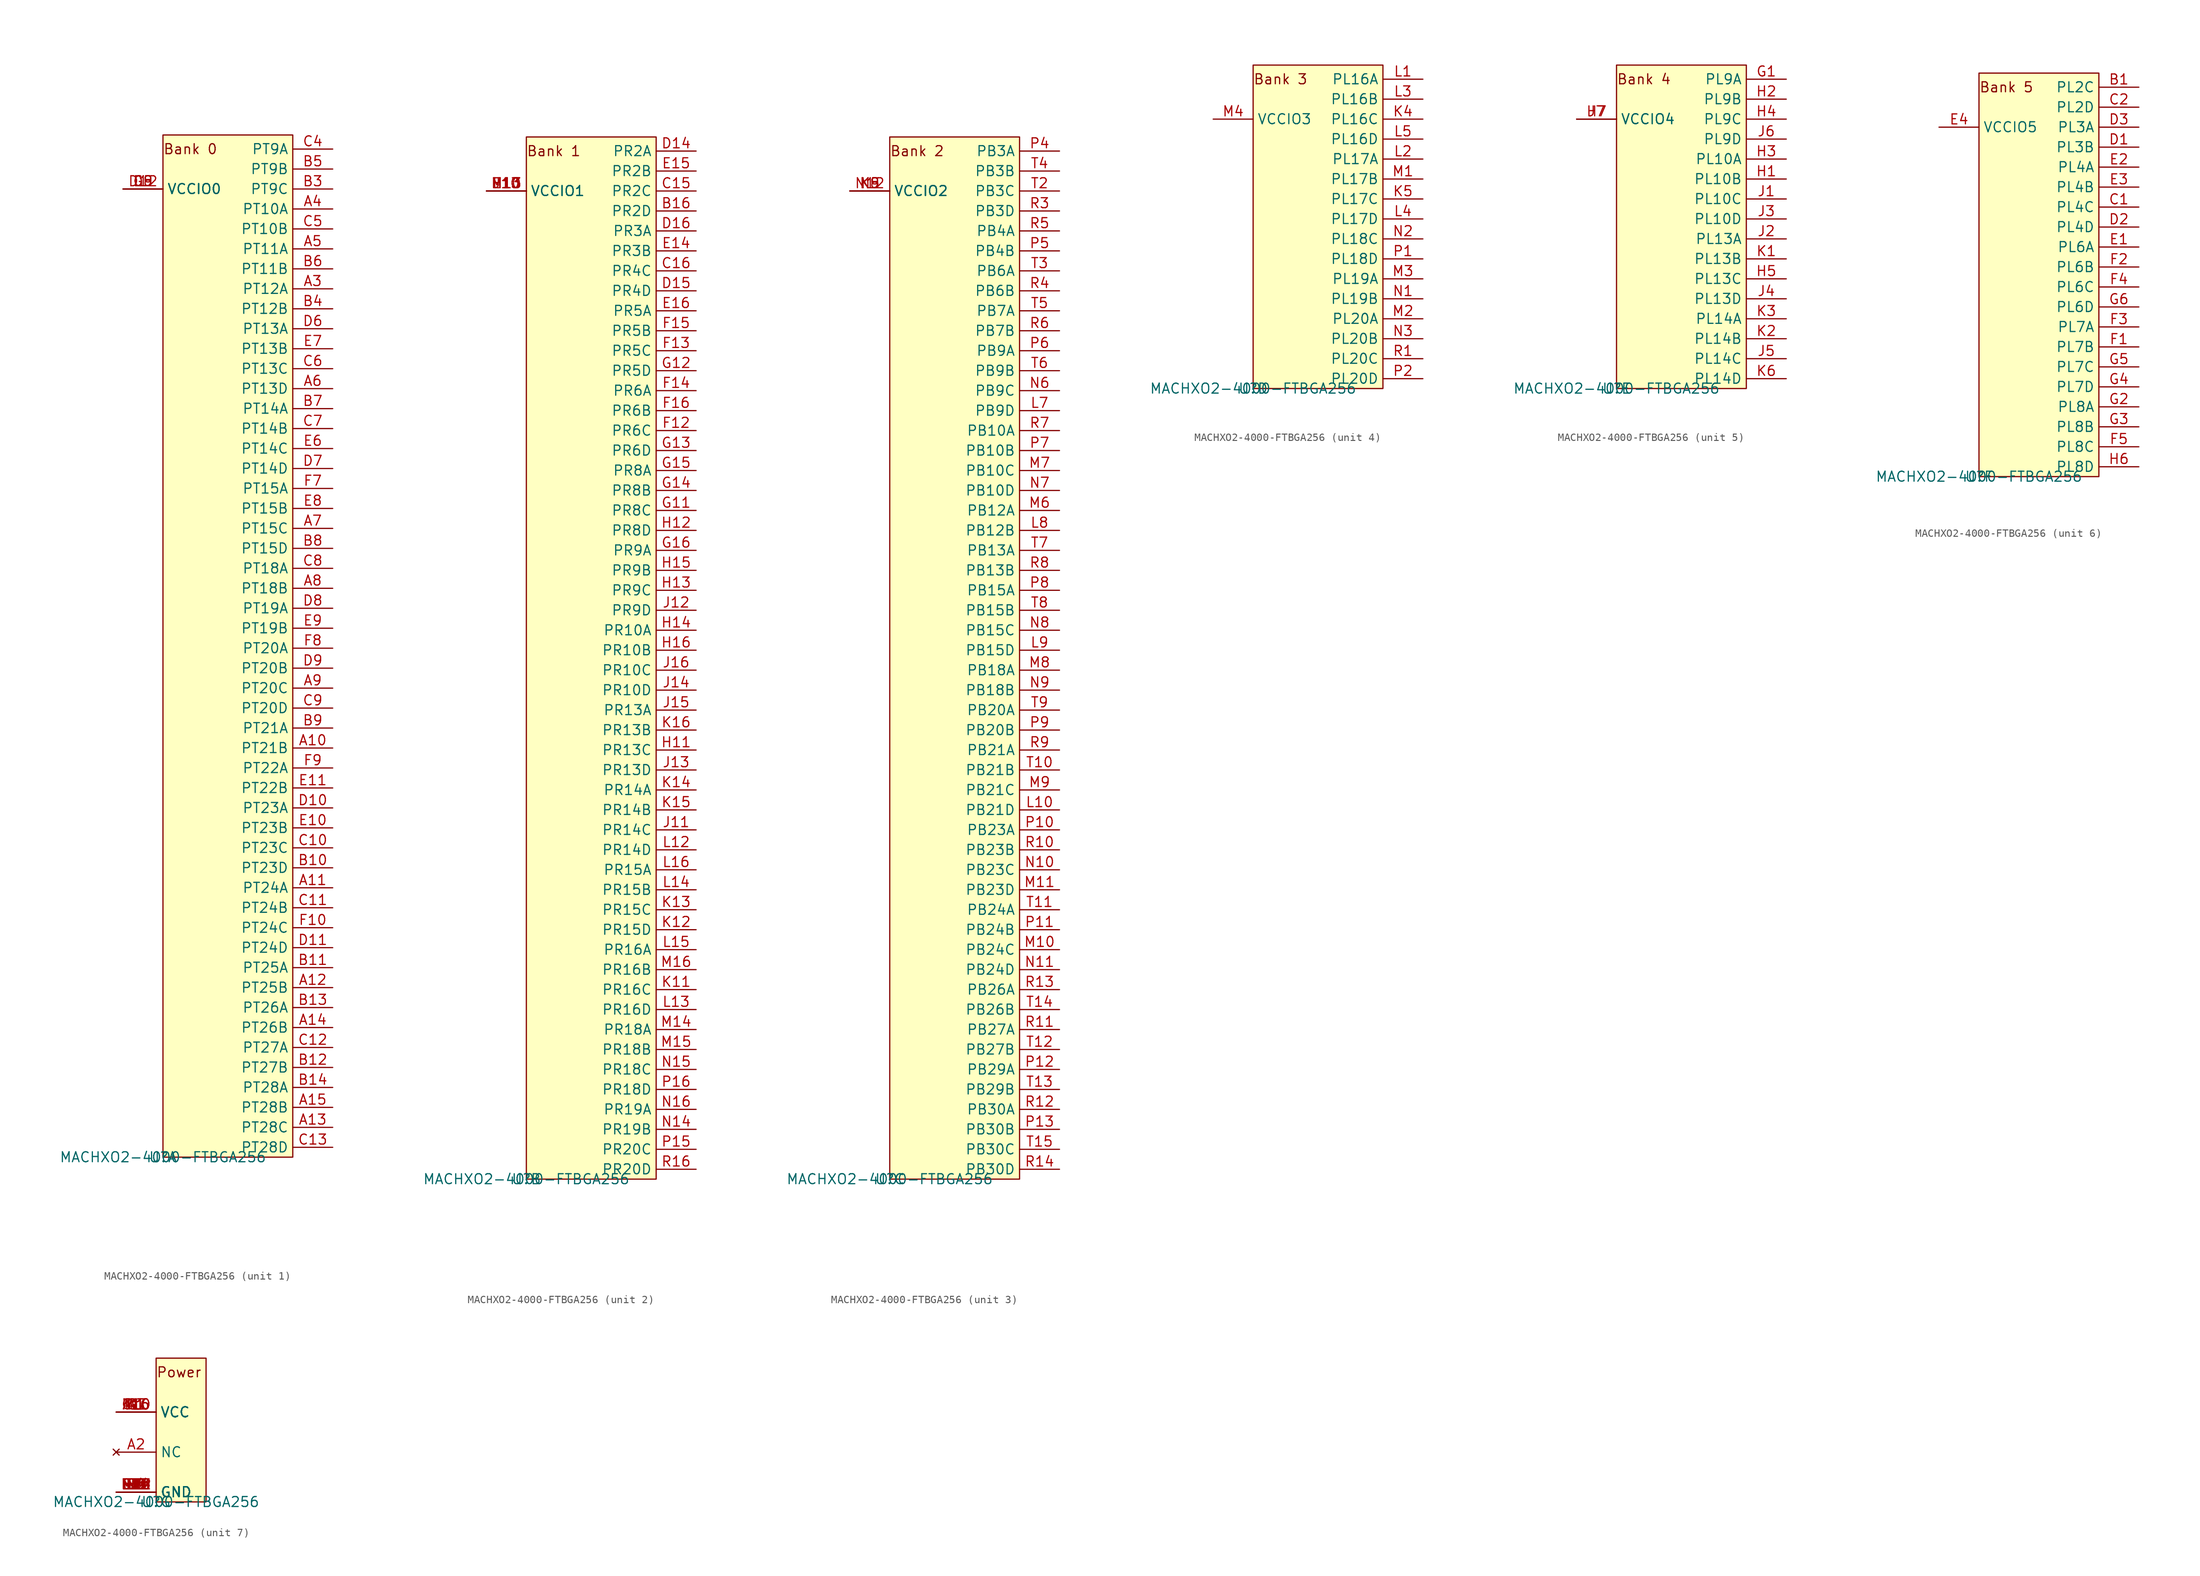
<source format=kicad_sym>
(kicad_symbol_lib
  (version 20211014)
  (generator kicad_symbol_editor)
  (symbol "MACHXO2-4000-FTBGA256"
    (property "Reference" "U"
      (at 0 0 0)
      (effects (font (size 1.27 1.27))))
    (property "Value" "MACHXO2-4000-FTBGA256"
      (at 0 0 0)
      (effects (font (size 1.27 1.27))))
    (property "ki_locked" ""
      (at 0 0 0)
      (effects (font (size 1.27 1.27))))
    (symbol "MACHXO2-4000-FTBGA256_1_0"
      (pin power_in line (at -5.08 123.174 0) (length 5.08) (name "VCCIO0" (effects (font (size 1.27 1.27)))) (number "D12" (effects (font (size 1.27 1.27)))))
      (pin power_in line (at -5.08 123.174 0) (length 5.08) (name "VCCIO0" (effects (font (size 1.27 1.27)))) (number "D5" (effects (font (size 1.27 1.27)))))
      (pin power_in line (at -5.08 123.174 0) (length 5.08) (name "VCCIO0" (effects (font (size 1.27 1.27)))) (number "G9" (effects (font (size 1.27 1.27)))))
      (pin power_in line (at -5.08 123.174 0) (length 5.08) (name "VCCIO0" (effects (font (size 1.27 1.27)))) (number "G8" (effects (font (size 1.27 1.27)))))
      (pin bidirectional line (at 21.59 128.254 180) (length 5.08) (name "PT9A" (effects (font (size 1.27 1.27)))) (number "C4" (effects (font (size 1.27 1.27)))))
      (pin bidirectional line (at 21.59 125.714 180) (length 5.08) (name "PT9B" (effects (font (size 1.27 1.27)))) (number "B5" (effects (font (size 1.27 1.27)))))
      (pin bidirectional line (at 21.59 123.174 180) (length 5.08) (name "PT9C" (effects (font (size 1.27 1.27)))) (number "B3" (effects (font (size 1.27 1.27)))))
      (pin bidirectional line (at 21.59 120.634 180) (length 5.08) (name "PT10A" (effects (font (size 1.27 1.27)))) (number "A4" (effects (font (size 1.27 1.27)))))
      (pin bidirectional line (at 21.59 118.094 180) (length 5.08) (name "PT10B" (effects (font (size 1.27 1.27)))) (number "C5" (effects (font (size 1.27 1.27)))))
      (pin bidirectional line (at 21.59 115.554 180) (length 5.08) (name "PT11A" (effects (font (size 1.27 1.27)))) (number "A5" (effects (font (size 1.27 1.27)))))
      (pin bidirectional line (at 21.59 113.014 180) (length 5.08) (name "PT11B" (effects (font (size 1.27 1.27)))) (number "B6" (effects (font (size 1.27 1.27)))))
      (pin bidirectional line (at 21.59 110.474 180) (length 5.08) (name "PT12A" (effects (font (size 1.27 1.27)))) (number "A3" (effects (font (size 1.27 1.27)))))
      (pin bidirectional line (at 21.59 107.934 180) (length 5.08) (name "PT12B" (effects (font (size 1.27 1.27)))) (number "B4" (effects (font (size 1.27 1.27)))))
      (pin bidirectional line (at 21.59 105.394 180) (length 5.08) (name "PT13A" (effects (font (size 1.27 1.27)))) (number "D6" (effects (font (size 1.27 1.27)))))
      (pin bidirectional line (at 21.59 102.854 180) (length 5.08) (name "PT13B" (effects (font (size 1.27 1.27)))) (number "E7" (effects (font (size 1.27 1.27)))))
      (pin bidirectional line (at 21.59 100.314 180) (length 5.08) (name "PT13C" (effects (font (size 1.27 1.27)))) (number "C6" (effects (font (size 1.27 1.27)))))
      (pin bidirectional line (at 21.59 97.774 180) (length 5.08) (name "PT13D" (effects (font (size 1.27 1.27)))) (number "A6" (effects (font (size 1.27 1.27)))))
      (pin bidirectional line (at 21.59 95.234 180) (length 5.08) (name "PT14A" (effects (font (size 1.27 1.27)))) (number "B7" (effects (font (size 1.27 1.27)))))
      (pin bidirectional line (at 21.59 92.694 180) (length 5.08) (name "PT14B" (effects (font (size 1.27 1.27)))) (number "C7" (effects (font (size 1.27 1.27)))))
      (pin bidirectional line (at 21.59 90.154 180) (length 5.08) (name "PT14C" (effects (font (size 1.27 1.27)))) (number "E6" (effects (font (size 1.27 1.27)))))
      (pin bidirectional line (at 21.59 87.614 180) (length 5.08) (name "PT14D" (effects (font (size 1.27 1.27)))) (number "D7" (effects (font (size 1.27 1.27)))))
      (pin bidirectional line (at 21.59 85.074 180) (length 5.08) (name "PT15A" (effects (font (size 1.27 1.27)))) (number "F7" (effects (font (size 1.27 1.27)))))
      (pin bidirectional line (at 21.59 82.534 180) (length 5.08) (name "PT15B" (effects (font (size 1.27 1.27)))) (number "E8" (effects (font (size 1.27 1.27)))))
      (pin bidirectional line (at 21.59 79.994 180) (length 5.08) (name "PT15C" (effects (font (size 1.27 1.27)))) (number "A7" (effects (font (size 1.27 1.27)))))
      (pin bidirectional line (at 21.59 77.454 180) (length 5.08) (name "PT15D" (effects (font (size 1.27 1.27)))) (number "B8" (effects (font (size 1.27 1.27)))))
      (pin bidirectional line (at 21.59 74.914 180) (length 5.08) (name "PT18A" (effects (font (size 1.27 1.27)))) (number "C8" (effects (font (size 1.27 1.27)))))
      (pin bidirectional line (at 21.59 72.374 180) (length 5.08) (name "PT18B" (effects (font (size 1.27 1.27)))) (number "A8" (effects (font (size 1.27 1.27)))))
      (pin bidirectional line (at 21.59 69.834 180) (length 5.08) (name "PT19A" (effects (font (size 1.27 1.27)))) (number "D8" (effects (font (size 1.27 1.27)))))
      (pin bidirectional line (at 21.59 67.294 180) (length 5.08) (name "PT19B" (effects (font (size 1.27 1.27)))) (number "E9" (effects (font (size 1.27 1.27)))))
      (pin bidirectional line (at 21.59 64.754 180) (length 5.08) (name "PT20A" (effects (font (size 1.27 1.27)))) (number "F8" (effects (font (size 1.27 1.27)))))
      (pin bidirectional line (at 21.59 62.214 180) (length 5.08) (name "PT20B" (effects (font (size 1.27 1.27)))) (number "D9" (effects (font (size 1.27 1.27)))))
      (pin bidirectional line (at 21.59 59.674 180) (length 5.08) (name "PT20C" (effects (font (size 1.27 1.27)))) (number "A9" (effects (font (size 1.27 1.27)))))
      (pin bidirectional line (at 21.59 57.134 180) (length 5.08) (name "PT20D" (effects (font (size 1.27 1.27)))) (number "C9" (effects (font (size 1.27 1.27)))))
      (pin bidirectional line (at 21.59 54.594 180) (length 5.08) (name "PT21A" (effects (font (size 1.27 1.27)))) (number "B9" (effects (font (size 1.27 1.27)))))
      (pin bidirectional line (at 21.59 52.054 180) (length 5.08) (name "PT21B" (effects (font (size 1.27 1.27)))) (number "A10" (effects (font (size 1.27 1.27)))))
      (pin bidirectional line (at 21.59 49.514 180) (length 5.08) (name "PT22A" (effects (font (size 1.27 1.27)))) (number "F9" (effects (font (size 1.27 1.27)))))
      (pin bidirectional line (at 21.59 46.974 180) (length 5.08) (name "PT22B" (effects (font (size 1.27 1.27)))) (number "E11" (effects (font (size 1.27 1.27)))))
      (pin bidirectional line (at 21.59 44.434 180) (length 5.08) (name "PT23A" (effects (font (size 1.27 1.27)))) (number "D10" (effects (font (size 1.27 1.27)))))
      (pin bidirectional line (at 21.59 41.894 180) (length 5.08) (name "PT23B" (effects (font (size 1.27 1.27)))) (number "E10" (effects (font (size 1.27 1.27)))))
      (pin bidirectional line (at 21.59 39.354 180) (length 5.08) (name "PT23C" (effects (font (size 1.27 1.27)))) (number "C10" (effects (font (size 1.27 1.27)))))
      (pin bidirectional line (at 21.59 36.814 180) (length 5.08) (name "PT23D" (effects (font (size 1.27 1.27)))) (number "B10" (effects (font (size 1.27 1.27)))))
      (pin bidirectional line (at 21.59 34.274 180) (length 5.08) (name "PT24A" (effects (font (size 1.27 1.27)))) (number "A11" (effects (font (size 1.27 1.27)))))
      (pin bidirectional line (at 21.59 31.734 180) (length 5.08) (name "PT24B" (effects (font (size 1.27 1.27)))) (number "C11" (effects (font (size 1.27 1.27)))))
      (pin bidirectional line (at 21.59 29.194 180) (length 5.08) (name "PT24C" (effects (font (size 1.27 1.27)))) (number "F10" (effects (font (size 1.27 1.27)))))
      (pin bidirectional line (at 21.59 26.654 180) (length 5.08) (name "PT24D" (effects (font (size 1.27 1.27)))) (number "D11" (effects (font (size 1.27 1.27)))))
      (pin bidirectional line (at 21.59 24.114 180) (length 5.08) (name "PT25A" (effects (font (size 1.27 1.27)))) (number "B11" (effects (font (size 1.27 1.27)))))
      (pin bidirectional line (at 21.59 21.574 180) (length 5.08) (name "PT25B" (effects (font (size 1.27 1.27)))) (number "A12" (effects (font (size 1.27 1.27)))))
      (pin bidirectional line (at 21.59 19.034 180) (length 5.08) (name "PT26A" (effects (font (size 1.27 1.27)))) (number "B13" (effects (font (size 1.27 1.27)))))
      (pin bidirectional line (at 21.59 16.494 180) (length 5.08) (name "PT26B" (effects (font (size 1.27 1.27)))) (number "A14" (effects (font (size 1.27 1.27)))))
      (pin bidirectional line (at 21.59 13.954 180) (length 5.08) (name "PT27A" (effects (font (size 1.27 1.27)))) (number "C12" (effects (font (size 1.27 1.27)))))
      (pin bidirectional line (at 21.59 11.414 180) (length 5.08) (name "PT27B" (effects (font (size 1.27 1.27)))) (number "B12" (effects (font (size 1.27 1.27)))))
      (pin bidirectional line (at 21.59 8.874 180) (length 5.08) (name "PT28A" (effects (font (size 1.27 1.27)))) (number "B14" (effects (font (size 1.27 1.27)))))
      (pin bidirectional line (at 21.59 6.334 180) (length 5.08) (name "PT28B" (effects (font (size 1.27 1.27)))) (number "A15" (effects (font (size 1.27 1.27)))))
      (pin bidirectional line (at 21.59 3.794 180) (length 5.08) (name "PT28C" (effects (font (size 1.27 1.27)))) (number "A13" (effects (font (size 1.27 1.27)))))
      (pin bidirectional line (at 21.59 1.254 180) (length 5.08) (name "PT28D" (effects (font (size 1.27 1.27)))) (number "C13" (effects (font (size 1.27 1.27))))))
    (symbol "MACHXO2-4000-FTBGA256_1_1"
      (rectangle (start 0 0) (end 16.51 130.048) (stroke (width 0) (type default) (color 0 0 0 0)) (fill (type background)))
      (text "Bank 0" (at 0 128.254 0) (effects (font (size 1.27 1.27)) (justify left))))
    (symbol "MACHXO2-4000-FTBGA256_2_0"
      (pin power_in line (at -5.08 125.714 0) (length 5.08) (name "VCCIO1" (effects (font (size 1.27 1.27)))) (number "M13" (effects (font (size 1.27 1.27)))))
      (pin power_in line (at -5.08 125.714 0) (length 5.08) (name "VCCIO1" (effects (font (size 1.27 1.27)))) (number "J10" (effects (font (size 1.27 1.27)))))
      (pin power_in line (at -5.08 125.714 0) (length 5.08) (name "VCCIO1" (effects (font (size 1.27 1.27)))) (number "E13" (effects (font (size 1.27 1.27)))))
      (pin power_in line (at -5.08 125.714 0) (length 5.08) (name "VCCIO1" (effects (font (size 1.27 1.27)))) (number "H10" (effects (font (size 1.27 1.27)))))
      (pin bidirectional line (at 21.59 130.794 180) (length 5.08) (name "PR2A" (effects (font (size 1.27 1.27)))) (number "D14" (effects (font (size 1.27 1.27)))))
      (pin bidirectional line (at 21.59 128.254 180) (length 5.08) (name "PR2B" (effects (font (size 1.27 1.27)))) (number "E15" (effects (font (size 1.27 1.27)))))
      (pin bidirectional line (at 21.59 125.714 180) (length 5.08) (name "PR2C" (effects (font (size 1.27 1.27)))) (number "C15" (effects (font (size 1.27 1.27)))))
      (pin bidirectional line (at 21.59 123.174 180) (length 5.08) (name "PR2D" (effects (font (size 1.27 1.27)))) (number "B16" (effects (font (size 1.27 1.27)))))
      (pin bidirectional line (at 21.59 120.634 180) (length 5.08) (name "PR3A" (effects (font (size 1.27 1.27)))) (number "D16" (effects (font (size 1.27 1.27)))))
      (pin bidirectional line (at 21.59 118.094 180) (length 5.08) (name "PR3B" (effects (font (size 1.27 1.27)))) (number "E14" (effects (font (size 1.27 1.27)))))
      (pin bidirectional line (at 21.59 115.554 180) (length 5.08) (name "PR4C" (effects (font (size 1.27 1.27)))) (number "C16" (effects (font (size 1.27 1.27)))))
      (pin bidirectional line (at 21.59 113.014 180) (length 5.08) (name "PR4D" (effects (font (size 1.27 1.27)))) (number "D15" (effects (font (size 1.27 1.27)))))
      (pin bidirectional line (at 21.59 110.474 180) (length 5.08) (name "PR5A" (effects (font (size 1.27 1.27)))) (number "E16" (effects (font (size 1.27 1.27)))))
      (pin bidirectional line (at 21.59 107.934 180) (length 5.08) (name "PR5B" (effects (font (size 1.27 1.27)))) (number "F15" (effects (font (size 1.27 1.27)))))
      (pin bidirectional line (at 21.59 105.394 180) (length 5.08) (name "PR5C" (effects (font (size 1.27 1.27)))) (number "F13" (effects (font (size 1.27 1.27)))))
      (pin bidirectional line (at 21.59 102.854 180) (length 5.08) (name "PR5D" (effects (font (size 1.27 1.27)))) (number "G12" (effects (font (size 1.27 1.27)))))
      (pin bidirectional line (at 21.59 100.314 180) (length 5.08) (name "PR6A" (effects (font (size 1.27 1.27)))) (number "F14" (effects (font (size 1.27 1.27)))))
      (pin bidirectional line (at 21.59 97.774 180) (length 5.08) (name "PR6B" (effects (font (size 1.27 1.27)))) (number "F16" (effects (font (size 1.27 1.27)))))
      (pin bidirectional line (at 21.59 95.234 180) (length 5.08) (name "PR6C" (effects (font (size 1.27 1.27)))) (number "F12" (effects (font (size 1.27 1.27)))))
      (pin bidirectional line (at 21.59 92.694 180) (length 5.08) (name "PR6D" (effects (font (size 1.27 1.27)))) (number "G13" (effects (font (size 1.27 1.27)))))
      (pin bidirectional line (at 21.59 90.154 180) (length 5.08) (name "PR8A" (effects (font (size 1.27 1.27)))) (number "G15" (effects (font (size 1.27 1.27)))))
      (pin bidirectional line (at 21.59 87.614 180) (length 5.08) (name "PR8B" (effects (font (size 1.27 1.27)))) (number "G14" (effects (font (size 1.27 1.27)))))
      (pin bidirectional line (at 21.59 85.074 180) (length 5.08) (name "PR8C" (effects (font (size 1.27 1.27)))) (number "G11" (effects (font (size 1.27 1.27)))))
      (pin bidirectional line (at 21.59 82.534 180) (length 5.08) (name "PR8D" (effects (font (size 1.27 1.27)))) (number "H12" (effects (font (size 1.27 1.27)))))
      (pin bidirectional line (at 21.59 79.994 180) (length 5.08) (name "PR9A" (effects (font (size 1.27 1.27)))) (number "G16" (effects (font (size 1.27 1.27)))))
      (pin bidirectional line (at 21.59 77.454 180) (length 5.08) (name "PR9B" (effects (font (size 1.27 1.27)))) (number "H15" (effects (font (size 1.27 1.27)))))
      (pin bidirectional line (at 21.59 74.914 180) (length 5.08) (name "PR9C" (effects (font (size 1.27 1.27)))) (number "H13" (effects (font (size 1.27 1.27)))))
      (pin bidirectional line (at 21.59 72.374 180) (length 5.08) (name "PR9D" (effects (font (size 1.27 1.27)))) (number "J12" (effects (font (size 1.27 1.27)))))
      (pin bidirectional line (at 21.59 69.834 180) (length 5.08) (name "PR10A" (effects (font (size 1.27 1.27)))) (number "H14" (effects (font (size 1.27 1.27)))))
      (pin bidirectional line (at 21.59 67.294 180) (length 5.08) (name "PR10B" (effects (font (size 1.27 1.27)))) (number "H16" (effects (font (size 1.27 1.27)))))
      (pin bidirectional line (at 21.59 64.754 180) (length 5.08) (name "PR10C" (effects (font (size 1.27 1.27)))) (number "J16" (effects (font (size 1.27 1.27)))))
      (pin bidirectional line (at 21.59 62.214 180) (length 5.08) (name "PR10D" (effects (font (size 1.27 1.27)))) (number "J14" (effects (font (size 1.27 1.27)))))
      (pin bidirectional line (at 21.59 59.674 180) (length 5.08) (name "PR13A" (effects (font (size 1.27 1.27)))) (number "J15" (effects (font (size 1.27 1.27)))))
      (pin bidirectional line (at 21.59 57.134 180) (length 5.08) (name "PR13B" (effects (font (size 1.27 1.27)))) (number "K16" (effects (font (size 1.27 1.27)))))
      (pin bidirectional line (at 21.59 54.594 180) (length 5.08) (name "PR13C" (effects (font (size 1.27 1.27)))) (number "H11" (effects (font (size 1.27 1.27)))))
      (pin bidirectional line (at 21.59 52.054 180) (length 5.08) (name "PR13D" (effects (font (size 1.27 1.27)))) (number "J13" (effects (font (size 1.27 1.27)))))
      (pin bidirectional line (at 21.59 49.514 180) (length 5.08) (name "PR14A" (effects (font (size 1.27 1.27)))) (number "K14" (effects (font (size 1.27 1.27)))))
      (pin bidirectional line (at 21.59 46.974 180) (length 5.08) (name "PR14B" (effects (font (size 1.27 1.27)))) (number "K15" (effects (font (size 1.27 1.27)))))
      (pin bidirectional line (at 21.59 44.434 180) (length 5.08) (name "PR14C" (effects (font (size 1.27 1.27)))) (number "J11" (effects (font (size 1.27 1.27)))))
      (pin bidirectional line (at 21.59 41.894 180) (length 5.08) (name "PR14D" (effects (font (size 1.27 1.27)))) (number "L12" (effects (font (size 1.27 1.27)))))
      (pin bidirectional line (at 21.59 39.354 180) (length 5.08) (name "PR15A" (effects (font (size 1.27 1.27)))) (number "L16" (effects (font (size 1.27 1.27)))))
      (pin bidirectional line (at 21.59 36.814 180) (length 5.08) (name "PR15B" (effects (font (size 1.27 1.27)))) (number "L14" (effects (font (size 1.27 1.27)))))
      (pin bidirectional line (at 21.59 34.274 180) (length 5.08) (name "PR15C" (effects (font (size 1.27 1.27)))) (number "K13" (effects (font (size 1.27 1.27)))))
      (pin bidirectional line (at 21.59 31.734 180) (length 5.08) (name "PR15D" (effects (font (size 1.27 1.27)))) (number "K12" (effects (font (size 1.27 1.27)))))
      (pin bidirectional line (at 21.59 29.194 180) (length 5.08) (name "PR16A" (effects (font (size 1.27 1.27)))) (number "L15" (effects (font (size 1.27 1.27)))))
      (pin bidirectional line (at 21.59 26.654 180) (length 5.08) (name "PR16B" (effects (font (size 1.27 1.27)))) (number "M16" (effects (font (size 1.27 1.27)))))
      (pin bidirectional line (at 21.59 24.114 180) (length 5.08) (name "PR16C" (effects (font (size 1.27 1.27)))) (number "K11" (effects (font (size 1.27 1.27)))))
      (pin bidirectional line (at 21.59 21.574 180) (length 5.08) (name "PR16D" (effects (font (size 1.27 1.27)))) (number "L13" (effects (font (size 1.27 1.27)))))
      (pin bidirectional line (at 21.59 19.034 180) (length 5.08) (name "PR18A" (effects (font (size 1.27 1.27)))) (number "M14" (effects (font (size 1.27 1.27)))))
      (pin bidirectional line (at 21.59 16.494 180) (length 5.08) (name "PR18B" (effects (font (size 1.27 1.27)))) (number "M15" (effects (font (size 1.27 1.27)))))
      (pin bidirectional line (at 21.59 13.954 180) (length 5.08) (name "PR18C" (effects (font (size 1.27 1.27)))) (number "N15" (effects (font (size 1.27 1.27)))))
      (pin bidirectional line (at 21.59 11.414 180) (length 5.08) (name "PR18D" (effects (font (size 1.27 1.27)))) (number "P16" (effects (font (size 1.27 1.27)))))
      (pin bidirectional line (at 21.59 8.874 180) (length 5.08) (name "PR19A" (effects (font (size 1.27 1.27)))) (number "N16" (effects (font (size 1.27 1.27)))))
      (pin bidirectional line (at 21.59 6.334 180) (length 5.08) (name "PR19B" (effects (font (size 1.27 1.27)))) (number "N14" (effects (font (size 1.27 1.27)))))
      (pin bidirectional line (at 21.59 3.794 180) (length 5.08) (name "PR20C" (effects (font (size 1.27 1.27)))) (number "P15" (effects (font (size 1.27 1.27)))))
      (pin bidirectional line (at 21.59 1.254 180) (length 5.08) (name "PR20D" (effects (font (size 1.27 1.27)))) (number "R16" (effects (font (size 1.27 1.27))))))
    (symbol "MACHXO2-4000-FTBGA256_2_1"
      (rectangle (start 0 0) (end 16.51 132.588) (stroke (width 0) (type default) (color 0 0 0 0)) (fill (type background)))
      (text "Bank 1" (at 0 130.794 0) (effects (font (size 1.27 1.27)) (justify left))))
    (symbol "MACHXO2-4000-FTBGA256_3_0"
      (pin power_in line (at -5.08 125.714 0) (length 5.08) (name "VCCIO2" (effects (font (size 1.27 1.27)))) (number "N5" (effects (font (size 1.27 1.27)))))
      (pin power_in line (at -5.08 125.714 0) (length 5.08) (name "VCCIO2" (effects (font (size 1.27 1.27)))) (number "K9" (effects (font (size 1.27 1.27)))))
      (pin power_in line (at -5.08 125.714 0) (length 5.08) (name "VCCIO2" (effects (font (size 1.27 1.27)))) (number "N12" (effects (font (size 1.27 1.27)))))
      (pin power_in line (at -5.08 125.714 0) (length 5.08) (name "VCCIO2" (effects (font (size 1.27 1.27)))) (number "K8" (effects (font (size 1.27 1.27)))))
      (pin bidirectional line (at 21.59 130.794 180) (length 5.08) (name "PB3A" (effects (font (size 1.27 1.27)))) (number "P4" (effects (font (size 1.27 1.27)))))
      (pin bidirectional line (at 21.59 128.254 180) (length 5.08) (name "PB3B" (effects (font (size 1.27 1.27)))) (number "T4" (effects (font (size 1.27 1.27)))))
      (pin bidirectional line (at 21.59 125.714 180) (length 5.08) (name "PB3C" (effects (font (size 1.27 1.27)))) (number "T2" (effects (font (size 1.27 1.27)))))
      (pin bidirectional line (at 21.59 123.174 180) (length 5.08) (name "PB3D" (effects (font (size 1.27 1.27)))) (number "R3" (effects (font (size 1.27 1.27)))))
      (pin bidirectional line (at 21.59 120.634 180) (length 5.08) (name "PB4A" (effects (font (size 1.27 1.27)))) (number "R5" (effects (font (size 1.27 1.27)))))
      (pin bidirectional line (at 21.59 118.094 180) (length 5.08) (name "PB4B" (effects (font (size 1.27 1.27)))) (number "P5" (effects (font (size 1.27 1.27)))))
      (pin bidirectional line (at 21.59 115.554 180) (length 5.08) (name "PB6A" (effects (font (size 1.27 1.27)))) (number "T3" (effects (font (size 1.27 1.27)))))
      (pin bidirectional line (at 21.59 113.014 180) (length 5.08) (name "PB6B" (effects (font (size 1.27 1.27)))) (number "R4" (effects (font (size 1.27 1.27)))))
      (pin bidirectional line (at 21.59 110.474 180) (length 5.08) (name "PB7A" (effects (font (size 1.27 1.27)))) (number "T5" (effects (font (size 1.27 1.27)))))
      (pin bidirectional line (at 21.59 107.934 180) (length 5.08) (name "PB7B" (effects (font (size 1.27 1.27)))) (number "R6" (effects (font (size 1.27 1.27)))))
      (pin bidirectional line (at 21.59 105.394 180) (length 5.08) (name "PB9A" (effects (font (size 1.27 1.27)))) (number "P6" (effects (font (size 1.27 1.27)))))
      (pin bidirectional line (at 21.59 102.854 180) (length 5.08) (name "PB9B" (effects (font (size 1.27 1.27)))) (number "T6" (effects (font (size 1.27 1.27)))))
      (pin bidirectional line (at 21.59 100.314 180) (length 5.08) (name "PB9C" (effects (font (size 1.27 1.27)))) (number "N6" (effects (font (size 1.27 1.27)))))
      (pin bidirectional line (at 21.59 97.774 180) (length 5.08) (name "PB9D" (effects (font (size 1.27 1.27)))) (number "L7" (effects (font (size 1.27 1.27)))))
      (pin bidirectional line (at 21.59 95.234 180) (length 5.08) (name "PB10A" (effects (font (size 1.27 1.27)))) (number "R7" (effects (font (size 1.27 1.27)))))
      (pin bidirectional line (at 21.59 92.694 180) (length 5.08) (name "PB10B" (effects (font (size 1.27 1.27)))) (number "P7" (effects (font (size 1.27 1.27)))))
      (pin bidirectional line (at 21.59 90.154 180) (length 5.08) (name "PB10C" (effects (font (size 1.27 1.27)))) (number "M7" (effects (font (size 1.27 1.27)))))
      (pin bidirectional line (at 21.59 87.614 180) (length 5.08) (name "PB10D" (effects (font (size 1.27 1.27)))) (number "N7" (effects (font (size 1.27 1.27)))))
      (pin bidirectional line (at 21.59 85.074 180) (length 5.08) (name "PB12A" (effects (font (size 1.27 1.27)))) (number "M6" (effects (font (size 1.27 1.27)))))
      (pin bidirectional line (at 21.59 82.534 180) (length 5.08) (name "PB12B" (effects (font (size 1.27 1.27)))) (number "L8" (effects (font (size 1.27 1.27)))))
      (pin bidirectional line (at 21.59 79.994 180) (length 5.08) (name "PB13A" (effects (font (size 1.27 1.27)))) (number "T7" (effects (font (size 1.27 1.27)))))
      (pin bidirectional line (at 21.59 77.454 180) (length 5.08) (name "PB13B" (effects (font (size 1.27 1.27)))) (number "R8" (effects (font (size 1.27 1.27)))))
      (pin bidirectional line (at 21.59 74.914 180) (length 5.08) (name "PB15A" (effects (font (size 1.27 1.27)))) (number "P8" (effects (font (size 1.27 1.27)))))
      (pin bidirectional line (at 21.59 72.374 180) (length 5.08) (name "PB15B" (effects (font (size 1.27 1.27)))) (number "T8" (effects (font (size 1.27 1.27)))))
      (pin bidirectional line (at 21.59 69.834 180) (length 5.08) (name "PB15C" (effects (font (size 1.27 1.27)))) (number "N8" (effects (font (size 1.27 1.27)))))
      (pin bidirectional line (at 21.59 67.294 180) (length 5.08) (name "PB15D" (effects (font (size 1.27 1.27)))) (number "L9" (effects (font (size 1.27 1.27)))))
      (pin bidirectional line (at 21.59 64.754 180) (length 5.08) (name "PB18A" (effects (font (size 1.27 1.27)))) (number "M8" (effects (font (size 1.27 1.27)))))
      (pin bidirectional line (at 21.59 62.214 180) (length 5.08) (name "PB18B" (effects (font (size 1.27 1.27)))) (number "N9" (effects (font (size 1.27 1.27)))))
      (pin bidirectional line (at 21.59 59.674 180) (length 5.08) (name "PB20A" (effects (font (size 1.27 1.27)))) (number "T9" (effects (font (size 1.27 1.27)))))
      (pin bidirectional line (at 21.59 57.134 180) (length 5.08) (name "PB20B" (effects (font (size 1.27 1.27)))) (number "P9" (effects (font (size 1.27 1.27)))))
      (pin bidirectional line (at 21.59 54.594 180) (length 5.08) (name "PB21A" (effects (font (size 1.27 1.27)))) (number "R9" (effects (font (size 1.27 1.27)))))
      (pin bidirectional line (at 21.59 52.054 180) (length 5.08) (name "PB21B" (effects (font (size 1.27 1.27)))) (number "T10" (effects (font (size 1.27 1.27)))))
      (pin bidirectional line (at 21.59 49.514 180) (length 5.08) (name "PB21C" (effects (font (size 1.27 1.27)))) (number "M9" (effects (font (size 1.27 1.27)))))
      (pin bidirectional line (at 21.59 46.974 180) (length 5.08) (name "PB21D" (effects (font (size 1.27 1.27)))) (number "L10" (effects (font (size 1.27 1.27)))))
      (pin bidirectional line (at 21.59 44.434 180) (length 5.08) (name "PB23A" (effects (font (size 1.27 1.27)))) (number "P10" (effects (font (size 1.27 1.27)))))
      (pin bidirectional line (at 21.59 41.894 180) (length 5.08) (name "PB23B" (effects (font (size 1.27 1.27)))) (number "R10" (effects (font (size 1.27 1.27)))))
      (pin bidirectional line (at 21.59 39.354 180) (length 5.08) (name "PB23C" (effects (font (size 1.27 1.27)))) (number "N10" (effects (font (size 1.27 1.27)))))
      (pin bidirectional line (at 21.59 36.814 180) (length 5.08) (name "PB23D" (effects (font (size 1.27 1.27)))) (number "M11" (effects (font (size 1.27 1.27)))))
      (pin bidirectional line (at 21.59 34.274 180) (length 5.08) (name "PB24A" (effects (font (size 1.27 1.27)))) (number "T11" (effects (font (size 1.27 1.27)))))
      (pin bidirectional line (at 21.59 31.734 180) (length 5.08) (name "PB24B" (effects (font (size 1.27 1.27)))) (number "P11" (effects (font (size 1.27 1.27)))))
      (pin bidirectional line (at 21.59 29.194 180) (length 5.08) (name "PB24C" (effects (font (size 1.27 1.27)))) (number "M10" (effects (font (size 1.27 1.27)))))
      (pin bidirectional line (at 21.59 26.654 180) (length 5.08) (name "PB24D" (effects (font (size 1.27 1.27)))) (number "N11" (effects (font (size 1.27 1.27)))))
      (pin bidirectional line (at 21.59 24.114 180) (length 5.08) (name "PB26A" (effects (font (size 1.27 1.27)))) (number "R13" (effects (font (size 1.27 1.27)))))
      (pin bidirectional line (at 21.59 21.574 180) (length 5.08) (name "PB26B" (effects (font (size 1.27 1.27)))) (number "T14" (effects (font (size 1.27 1.27)))))
      (pin bidirectional line (at 21.59 19.034 180) (length 5.08) (name "PB27A" (effects (font (size 1.27 1.27)))) (number "R11" (effects (font (size 1.27 1.27)))))
      (pin bidirectional line (at 21.59 16.494 180) (length 5.08) (name "PB27B" (effects (font (size 1.27 1.27)))) (number "T12" (effects (font (size 1.27 1.27)))))
      (pin bidirectional line (at 21.59 13.954 180) (length 5.08) (name "PB29A" (effects (font (size 1.27 1.27)))) (number "P12" (effects (font (size 1.27 1.27)))))
      (pin bidirectional line (at 21.59 11.414 180) (length 5.08) (name "PB29B" (effects (font (size 1.27 1.27)))) (number "T13" (effects (font (size 1.27 1.27)))))
      (pin bidirectional line (at 21.59 8.874 180) (length 5.08) (name "PB30A" (effects (font (size 1.27 1.27)))) (number "R12" (effects (font (size 1.27 1.27)))))
      (pin bidirectional line (at 21.59 6.334 180) (length 5.08) (name "PB30B" (effects (font (size 1.27 1.27)))) (number "P13" (effects (font (size 1.27 1.27)))))
      (pin bidirectional line (at 21.59 3.794 180) (length 5.08) (name "PB30C" (effects (font (size 1.27 1.27)))) (number "T15" (effects (font (size 1.27 1.27)))))
      (pin bidirectional line (at 21.59 1.254 180) (length 5.08) (name "PB30D" (effects (font (size 1.27 1.27)))) (number "R14" (effects (font (size 1.27 1.27))))))
    (symbol "MACHXO2-4000-FTBGA256_3_1"
      (rectangle (start 0 0) (end 16.51 132.588) (stroke (width 0) (type default) (color 0 0 0 0)) (fill (type background)))
      (text "Bank 2" (at 0 130.794 0) (effects (font (size 1.27 1.27)) (justify left))))
    (symbol "MACHXO2-4000-FTBGA256_4_0"
      (pin power_in line (at -5.08 34.274 0) (length 5.08) (name "VCCIO3" (effects (font (size 1.27 1.27)))) (number "M4" (effects (font (size 1.27 1.27)))))
      (pin bidirectional line (at 21.59 39.354 180) (length 5.08) (name "PL16A" (effects (font (size 1.27 1.27)))) (number "L1" (effects (font (size 1.27 1.27)))))
      (pin bidirectional line (at 21.59 36.814 180) (length 5.08) (name "PL16B" (effects (font (size 1.27 1.27)))) (number "L3" (effects (font (size 1.27 1.27)))))
      (pin bidirectional line (at 21.59 34.274 180) (length 5.08) (name "PL16C" (effects (font (size 1.27 1.27)))) (number "K4" (effects (font (size 1.27 1.27)))))
      (pin bidirectional line (at 21.59 31.734 180) (length 5.08) (name "PL16D" (effects (font (size 1.27 1.27)))) (number "L5" (effects (font (size 1.27 1.27)))))
      (pin bidirectional line (at 21.59 29.194 180) (length 5.08) (name "PL17A" (effects (font (size 1.27 1.27)))) (number "L2" (effects (font (size 1.27 1.27)))))
      (pin bidirectional line (at 21.59 26.654 180) (length 5.08) (name "PL17B" (effects (font (size 1.27 1.27)))) (number "M1" (effects (font (size 1.27 1.27)))))
      (pin bidirectional line (at 21.59 24.114 180) (length 5.08) (name "PL17C" (effects (font (size 1.27 1.27)))) (number "K5" (effects (font (size 1.27 1.27)))))
      (pin bidirectional line (at 21.59 21.574 180) (length 5.08) (name "PL17D" (effects (font (size 1.27 1.27)))) (number "L4" (effects (font (size 1.27 1.27)))))
      (pin bidirectional line (at 21.59 19.034 180) (length 5.08) (name "PL18C" (effects (font (size 1.27 1.27)))) (number "N2" (effects (font (size 1.27 1.27)))))
      (pin bidirectional line (at 21.59 16.494 180) (length 5.08) (name "PL18D" (effects (font (size 1.27 1.27)))) (number "P1" (effects (font (size 1.27 1.27)))))
      (pin bidirectional line (at 21.59 13.954 180) (length 5.08) (name "PL19A" (effects (font (size 1.27 1.27)))) (number "M3" (effects (font (size 1.27 1.27)))))
      (pin bidirectional line (at 21.59 11.414 180) (length 5.08) (name "PL19B" (effects (font (size 1.27 1.27)))) (number "N1" (effects (font (size 1.27 1.27)))))
      (pin bidirectional line (at 21.59 8.874 180) (length 5.08) (name "PL20A" (effects (font (size 1.27 1.27)))) (number "M2" (effects (font (size 1.27 1.27)))))
      (pin bidirectional line (at 21.59 6.334 180) (length 5.08) (name "PL20B" (effects (font (size 1.27 1.27)))) (number "N3" (effects (font (size 1.27 1.27)))))
      (pin bidirectional line (at 21.59 3.794 180) (length 5.08) (name "PL20C" (effects (font (size 1.27 1.27)))) (number "R1" (effects (font (size 1.27 1.27)))))
      (pin bidirectional line (at 21.59 1.254 180) (length 5.08) (name "PL20D" (effects (font (size 1.27 1.27)))) (number "P2" (effects (font (size 1.27 1.27))))))
    (symbol "MACHXO2-4000-FTBGA256_4_1"
      (rectangle (start 0 0) (end 16.51 41.148) (stroke (width 0) (type default) (color 0 0 0 0)) (fill (type background)))
      (text "Bank 3" (at 0 39.354 0) (effects (font (size 1.27 1.27)) (justify left))))
    (symbol "MACHXO2-4000-FTBGA256_5_0"
      (pin power_in line (at -5.08 34.274 0) (length 5.08) (name "VCCIO4" (effects (font (size 1.27 1.27)))) (number "H7" (effects (font (size 1.27 1.27)))))
      (pin power_in line (at -5.08 34.274 0) (length 5.08) (name "VCCIO4" (effects (font (size 1.27 1.27)))) (number "J7" (effects (font (size 1.27 1.27)))))
      (pin bidirectional line (at 21.59 39.354 180) (length 5.08) (name "PL9A" (effects (font (size 1.27 1.27)))) (number "G1" (effects (font (size 1.27 1.27)))))
      (pin bidirectional line (at 21.59 36.814 180) (length 5.08) (name "PL9B" (effects (font (size 1.27 1.27)))) (number "H2" (effects (font (size 1.27 1.27)))))
      (pin bidirectional line (at 21.59 34.274 180) (length 5.08) (name "PL9C" (effects (font (size 1.27 1.27)))) (number "H4" (effects (font (size 1.27 1.27)))))
      (pin bidirectional line (at 21.59 31.734 180) (length 5.08) (name "PL9D" (effects (font (size 1.27 1.27)))) (number "J6" (effects (font (size 1.27 1.27)))))
      (pin bidirectional line (at 21.59 29.194 180) (length 5.08) (name "PL10A" (effects (font (size 1.27 1.27)))) (number "H3" (effects (font (size 1.27 1.27)))))
      (pin bidirectional line (at 21.59 26.654 180) (length 5.08) (name "PL10B" (effects (font (size 1.27 1.27)))) (number "H1" (effects (font (size 1.27 1.27)))))
      (pin bidirectional line (at 21.59 24.114 180) (length 5.08) (name "PL10C" (effects (font (size 1.27 1.27)))) (number "J1" (effects (font (size 1.27 1.27)))))
      (pin bidirectional line (at 21.59 21.574 180) (length 5.08) (name "PL10D" (effects (font (size 1.27 1.27)))) (number "J3" (effects (font (size 1.27 1.27)))))
      (pin bidirectional line (at 21.59 19.034 180) (length 5.08) (name "PL13A" (effects (font (size 1.27 1.27)))) (number "J2" (effects (font (size 1.27 1.27)))))
      (pin bidirectional line (at 21.59 16.494 180) (length 5.08) (name "PL13B" (effects (font (size 1.27 1.27)))) (number "K1" (effects (font (size 1.27 1.27)))))
      (pin bidirectional line (at 21.59 13.954 180) (length 5.08) (name "PL13C" (effects (font (size 1.27 1.27)))) (number "H5" (effects (font (size 1.27 1.27)))))
      (pin bidirectional line (at 21.59 11.414 180) (length 5.08) (name "PL13D" (effects (font (size 1.27 1.27)))) (number "J4" (effects (font (size 1.27 1.27)))))
      (pin bidirectional line (at 21.59 8.874 180) (length 5.08) (name "PL14A" (effects (font (size 1.27 1.27)))) (number "K3" (effects (font (size 1.27 1.27)))))
      (pin bidirectional line (at 21.59 6.334 180) (length 5.08) (name "PL14B" (effects (font (size 1.27 1.27)))) (number "K2" (effects (font (size 1.27 1.27)))))
      (pin bidirectional line (at 21.59 3.794 180) (length 5.08) (name "PL14C" (effects (font (size 1.27 1.27)))) (number "J5" (effects (font (size 1.27 1.27)))))
      (pin bidirectional line (at 21.59 1.254 180) (length 5.08) (name "PL14D" (effects (font (size 1.27 1.27)))) (number "K6" (effects (font (size 1.27 1.27))))))
    (symbol "MACHXO2-4000-FTBGA256_5_1"
      (rectangle (start 0 0) (end 16.51 41.148) (stroke (width 0) (type default) (color 0 0 0 0)) (fill (type background)))
      (text "Bank 4" (at 0 39.354 0) (effects (font (size 1.27 1.27)) (justify left))))
    (symbol "MACHXO2-4000-FTBGA256_6_0"
      (pin power_in line (at -5.08 44.434 0) (length 5.08) (name "VCCIO5" (effects (font (size 1.27 1.27)))) (number "E4" (effects (font (size 1.27 1.27)))))
      (pin bidirectional line (at 20.32 49.514 180) (length 5.08) (name "PL2C" (effects (font (size 1.27 1.27)))) (number "B1" (effects (font (size 1.27 1.27)))))
      (pin bidirectional line (at 20.32 46.974 180) (length 5.08) (name "PL2D" (effects (font (size 1.27 1.27)))) (number "C2" (effects (font (size 1.27 1.27)))))
      (pin bidirectional line (at 20.32 44.434 180) (length 5.08) (name "PL3A" (effects (font (size 1.27 1.27)))) (number "D3" (effects (font (size 1.27 1.27)))))
      (pin bidirectional line (at 20.32 41.894 180) (length 5.08) (name "PL3B" (effects (font (size 1.27 1.27)))) (number "D1" (effects (font (size 1.27 1.27)))))
      (pin bidirectional line (at 20.32 39.354 180) (length 5.08) (name "PL4A" (effects (font (size 1.27 1.27)))) (number "E2" (effects (font (size 1.27 1.27)))))
      (pin bidirectional line (at 20.32 36.814 180) (length 5.08) (name "PL4B" (effects (font (size 1.27 1.27)))) (number "E3" (effects (font (size 1.27 1.27)))))
      (pin bidirectional line (at 20.32 34.274 180) (length 5.08) (name "PL4C" (effects (font (size 1.27 1.27)))) (number "C1" (effects (font (size 1.27 1.27)))))
      (pin bidirectional line (at 20.32 31.734 180) (length 5.08) (name "PL4D" (effects (font (size 1.27 1.27)))) (number "D2" (effects (font (size 1.27 1.27)))))
      (pin bidirectional line (at 20.32 29.194 180) (length 5.08) (name "PL6A" (effects (font (size 1.27 1.27)))) (number "E1" (effects (font (size 1.27 1.27)))))
      (pin bidirectional line (at 20.32 26.654 180) (length 5.08) (name "PL6B" (effects (font (size 1.27 1.27)))) (number "F2" (effects (font (size 1.27 1.27)))))
      (pin bidirectional line (at 20.32 24.114 180) (length 5.08) (name "PL6C" (effects (font (size 1.27 1.27)))) (number "F4" (effects (font (size 1.27 1.27)))))
      (pin bidirectional line (at 20.32 21.574 180) (length 5.08) (name "PL6D" (effects (font (size 1.27 1.27)))) (number "G6" (effects (font (size 1.27 1.27)))))
      (pin bidirectional line (at 20.32 19.034 180) (length 5.08) (name "PL7A" (effects (font (size 1.27 1.27)))) (number "F3" (effects (font (size 1.27 1.27)))))
      (pin bidirectional line (at 20.32 16.494 180) (length 5.08) (name "PL7B" (effects (font (size 1.27 1.27)))) (number "F1" (effects (font (size 1.27 1.27)))))
      (pin bidirectional line (at 20.32 13.954 180) (length 5.08) (name "PL7C" (effects (font (size 1.27 1.27)))) (number "G5" (effects (font (size 1.27 1.27)))))
      (pin bidirectional line (at 20.32 11.414 180) (length 5.08) (name "PL7D" (effects (font (size 1.27 1.27)))) (number "G4" (effects (font (size 1.27 1.27)))))
      (pin bidirectional line (at 20.32 8.874 180) (length 5.08) (name "PL8A" (effects (font (size 1.27 1.27)))) (number "G2" (effects (font (size 1.27 1.27)))))
      (pin bidirectional line (at 20.32 6.334 180) (length 5.08) (name "PL8B" (effects (font (size 1.27 1.27)))) (number "G3" (effects (font (size 1.27 1.27)))))
      (pin bidirectional line (at 20.32 3.794 180) (length 5.08) (name "PL8C" (effects (font (size 1.27 1.27)))) (number "F5" (effects (font (size 1.27 1.27)))))
      (pin bidirectional line (at 20.32 1.254 180) (length 5.08) (name "PL8D" (effects (font (size 1.27 1.27)))) (number "H6" (effects (font (size 1.27 1.27))))))
    (symbol "MACHXO2-4000-FTBGA256_6_1"
      (rectangle (start 0 0) (end 15.24 51.308) (stroke (width 0) (type default) (color 0 0 0 0)) (fill (type background)))
      (text "Bank 5" (at 0 49.514 0) (effects (font (size 1.27 1.27)) (justify left))))
    (symbol "MACHXO2-4000-FTBGA256_7_0"
      (pin power_in line (at -5.08 11.414 0) (length 5.08) (name "VCC" (effects (font (size 1.27 1.27)))) (number "A1" (effects (font (size 1.27 1.27)))))
      (pin power_in line (at -5.08 11.414 0) (length 5.08) (name "VCC" (effects (font (size 1.27 1.27)))) (number "A16" (effects (font (size 1.27 1.27)))))
      (pin power_in line (at -5.08 11.414 0) (length 5.08) (name "VCC" (effects (font (size 1.27 1.27)))) (number "G10" (effects (font (size 1.27 1.27)))))
      (pin power_in line (at -5.08 11.414 0) (length 5.08) (name "VCC" (effects (font (size 1.27 1.27)))) (number "G7" (effects (font (size 1.27 1.27)))))
      (pin power_in line (at -5.08 11.414 0) (length 5.08) (name "VCC" (effects (font (size 1.27 1.27)))) (number "K10" (effects (font (size 1.27 1.27)))))
      (pin power_in line (at -5.08 11.414 0) (length 5.08) (name "VCC" (effects (font (size 1.27 1.27)))) (number "K7" (effects (font (size 1.27 1.27)))))
      (pin power_in line (at -5.08 11.414 0) (length 5.08) (name "VCC" (effects (font (size 1.27 1.27)))) (number "T1" (effects (font (size 1.27 1.27)))))
      (pin power_in line (at -5.08 11.414 0) (length 5.08) (name "VCC" (effects (font (size 1.27 1.27)))) (number "T16" (effects (font (size 1.27 1.27)))))
      (pin no_connect line (at -5.08 6.334 0) (length 5.08) (name "NC" (effects (font (size 1.27 1.27)))) (number "A2" (effects (font (size 1.27 1.27)))))
      (pin power_in line (at -5.08 1.254 0) (length 5.08) (name "GND" (effects (font (size 1.27 1.27)))) (number "M12" (effects (font (size 1.27 1.27)))))
      (pin power_in line (at -5.08 1.254 0) (length 5.08) (name "GND" (effects (font (size 1.27 1.27)))) (number "M5" (effects (font (size 1.27 1.27)))))
      (pin power_in line (at -5.08 1.254 0) (length 5.08) (name "GND" (effects (font (size 1.27 1.27)))) (number "N13" (effects (font (size 1.27 1.27)))))
      (pin power_in line (at -5.08 1.254 0) (length 5.08) (name "GND" (effects (font (size 1.27 1.27)))) (number "N4" (effects (font (size 1.27 1.27)))))
      (pin power_in line (at -5.08 1.254 0) (length 5.08) (name "GND" (effects (font (size 1.27 1.27)))) (number "P14" (effects (font (size 1.27 1.27)))))
      (pin power_in line (at -5.08 1.254 0) (length 5.08) (name "GND" (effects (font (size 1.27 1.27)))) (number "P3" (effects (font (size 1.27 1.27)))))
      (pin power_in line (at -5.08 1.254 0) (length 5.08) (name "GND" (effects (font (size 1.27 1.27)))) (number "R15" (effects (font (size 1.27 1.27)))))
      (pin power_in line (at -5.08 1.254 0) (length 5.08) (name "GND" (effects (font (size 1.27 1.27)))) (number "R2" (effects (font (size 1.27 1.27)))))
      (pin power_in line (at -5.08 1.254 0) (length 5.08) (name "GND" (effects (font (size 1.27 1.27)))) (number "B2" (effects (font (size 1.27 1.27)))))
      (pin power_in line (at -5.08 1.254 0) (length 5.08) (name "GND" (effects (font (size 1.27 1.27)))) (number "B15" (effects (font (size 1.27 1.27)))))
      (pin power_in line (at -5.08 1.254 0) (length 5.08) (name "GND" (effects (font (size 1.27 1.27)))) (number "C3" (effects (font (size 1.27 1.27)))))
      (pin power_in line (at -5.08 1.254 0) (length 5.08) (name "GND" (effects (font (size 1.27 1.27)))) (number "C14" (effects (font (size 1.27 1.27)))))
      (pin power_in line (at -5.08 1.254 0) (length 5.08) (name "GND" (effects (font (size 1.27 1.27)))) (number "D4" (effects (font (size 1.27 1.27)))))
      (pin power_in line (at -5.08 1.254 0) (length 5.08) (name "GND" (effects (font (size 1.27 1.27)))) (number "D13" (effects (font (size 1.27 1.27)))))
      (pin power_in line (at -5.08 1.254 0) (length 5.08) (name "GND" (effects (font (size 1.27 1.27)))) (number "E5" (effects (font (size 1.27 1.27)))))
      (pin power_in line (at -5.08 1.254 0) (length 5.08) (name "GND" (effects (font (size 1.27 1.27)))) (number "E12" (effects (font (size 1.27 1.27)))))
      (pin power_in line (at -5.08 1.254 0) (length 5.08) (name "GND" (effects (font (size 1.27 1.27)))) (number "F6" (effects (font (size 1.27 1.27)))))
      (pin power_in line (at -5.08 1.254 0) (length 5.08) (name "GND" (effects (font (size 1.27 1.27)))) (number "F11" (effects (font (size 1.27 1.27)))))
      (pin power_in line (at -5.08 1.254 0) (length 5.08) (name "GND" (effects (font (size 1.27 1.27)))) (number "H8" (effects (font (size 1.27 1.27)))))
      (pin power_in line (at -5.08 1.254 0) (length 5.08) (name "GND" (effects (font (size 1.27 1.27)))) (number "H9" (effects (font (size 1.27 1.27)))))
      (pin power_in line (at -5.08 1.254 0) (length 5.08) (name "GND" (effects (font (size 1.27 1.27)))) (number "J8" (effects (font (size 1.27 1.27)))))
      (pin power_in line (at -5.08 1.254 0) (length 5.08) (name "GND" (effects (font (size 1.27 1.27)))) (number "J9" (effects (font (size 1.27 1.27)))))
      (pin power_in line (at -5.08 1.254 0) (length 5.08) (name "GND" (effects (font (size 1.27 1.27)))) (number "L6" (effects (font (size 1.27 1.27)))))
      (pin power_in line (at -5.08 1.254 0) (length 5.08) (name "GND" (effects (font (size 1.27 1.27)))) (number "L11" (effects (font (size 1.27 1.27))))))
    (symbol "MACHXO2-4000-FTBGA256_7_1"
      (rectangle (start 0 0) (end 6.35 18.288) (stroke (width 0) (type default) (color 0 0 0 0)) (fill (type background)))
      (text "Power" (at 0 16.494 0) (effects (font (size 1.27 1.27)) (justify left))))))
</source>
